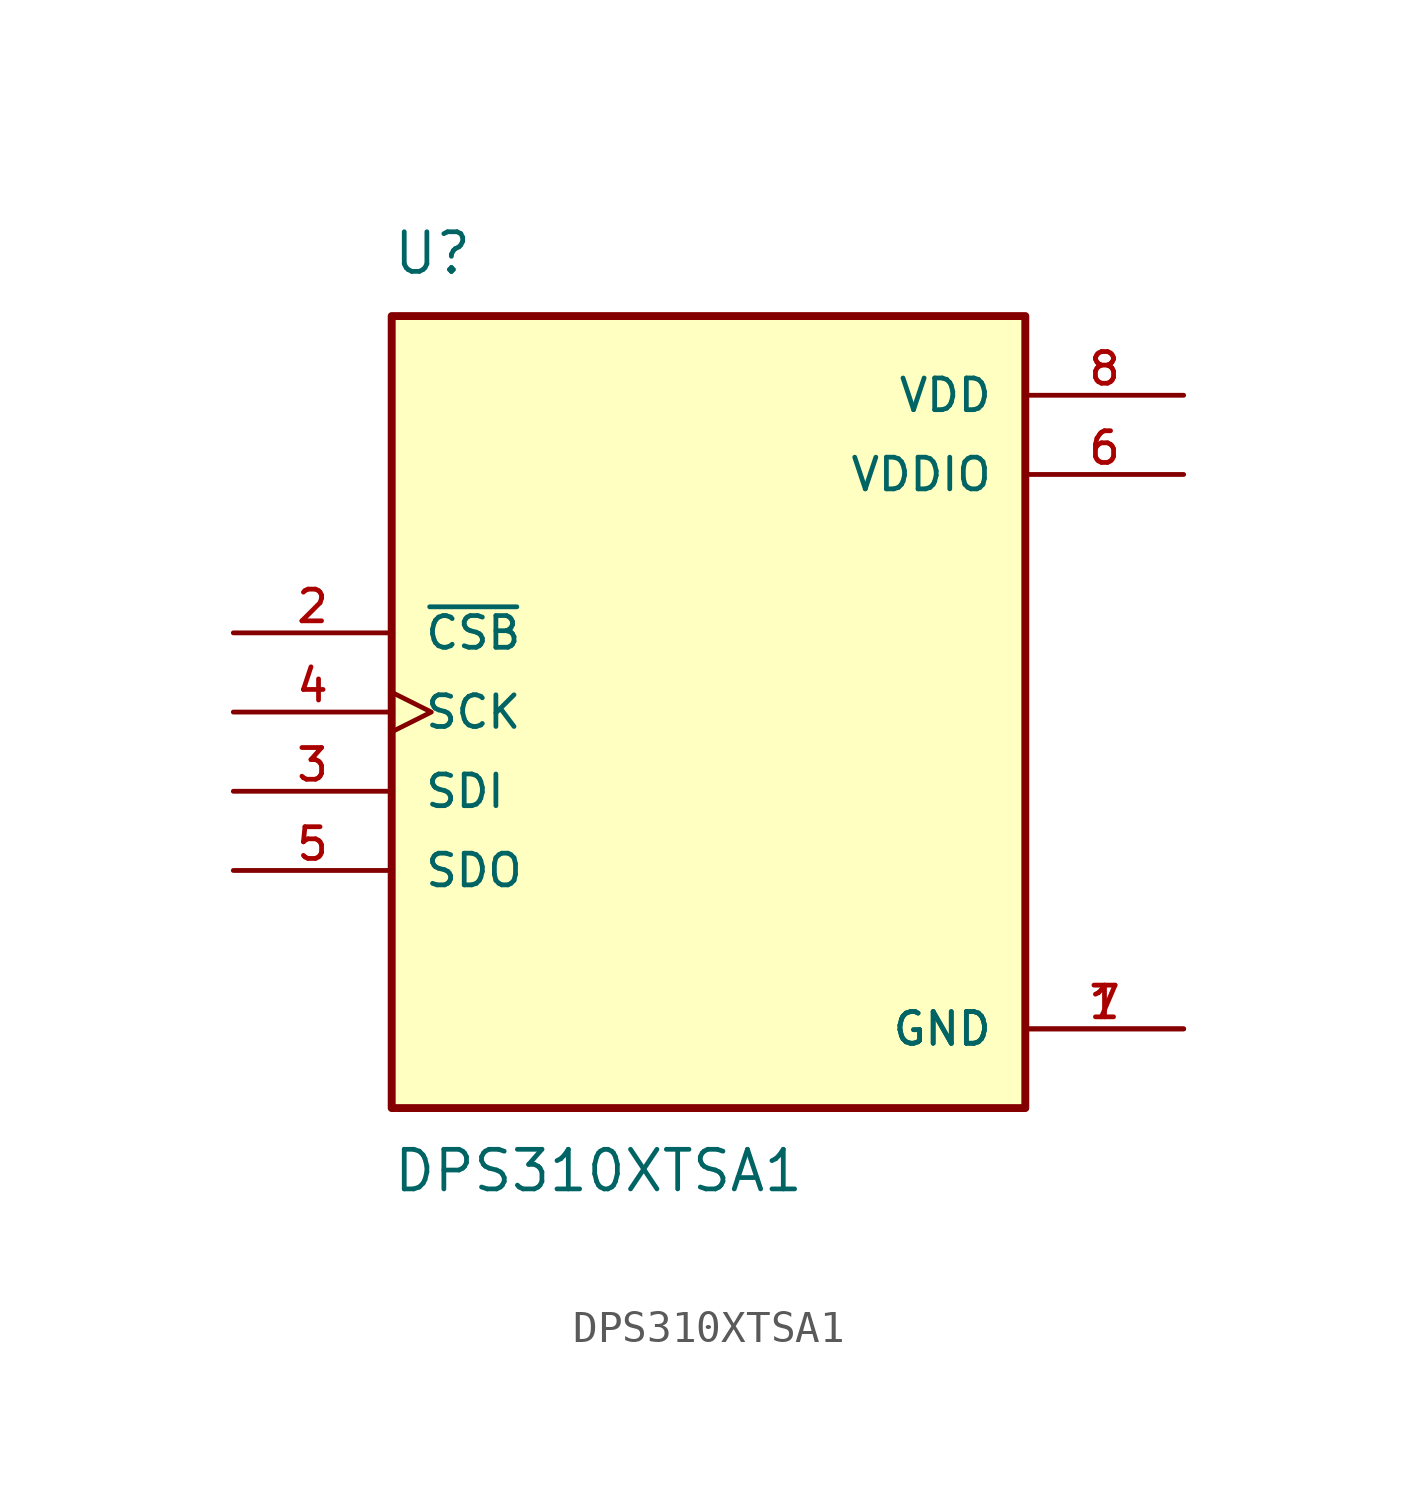
<source format=kicad_sym>
(kicad_symbol_lib
  (version 20220914)
  (generator kicad_symbol_editor)
  (symbol "DPS310XTSA1"
    (pin_names
      (offset 1.016))
    (property "Reference" "U"
      (at -10.16 13.97 0)
      (effects (font (size 1.27 1.27)) (justify left bottom)))
    (property "Value" "DPS310XTSA1"
      (at -10.16 -13.97 0)
      (effects (font (size 1.27 1.27)) (justify left top)))
    (symbol "DPS310XTSA1_0_0"
      (rectangle (start -10.16 12.7) (end 10.16 -12.7) (stroke (width 0.254) (type default)) (fill (type background)))
      (pin power_in line (at 15.24 -10.16 180) (length 5.08) (name "GND" (effects (font (size 1.016 1.016)))) (number "1" (effects (font (size 1.016 1.016)))))
      (pin input line (at -15.24 2.54 0) (length 5.08) (name "~{CSB}" (effects (font (size 1.016 1.016)))) (number "2" (effects (font (size 1.016 1.016)))))
      (pin bidirectional line (at -15.24 -2.54 0) (length 5.08) (name "SDI" (effects (font (size 1.016 1.016)))) (number "3" (effects (font (size 1.016 1.016)))))
      (pin input clock (at -15.24 0 0) (length 5.08) (name "SCK" (effects (font (size 1.016 1.016)))) (number "4" (effects (font (size 1.016 1.016)))))
      (pin output line (at -15.24 -5.08 0) (length 5.08) (name "SDO" (effects (font (size 1.016 1.016)))) (number "5" (effects (font (size 1.016 1.016)))))
      (pin power_in line (at 15.24 7.62 180) (length 5.08) (name "VDDIO" (effects (font (size 1.016 1.016)))) (number "6" (effects (font (size 1.016 1.016)))))
      (pin power_in line (at 15.24 -10.16 180) (length 5.08) (name "GND" (effects (font (size 1.016 1.016)))) (number "7" (effects (font (size 1.016 1.016)))))
      (pin power_in line (at 15.24 10.16 180) (length 5.08) (name "VDD" (effects (font (size 1.016 1.016)))) (number "8" (effects (font (size 1.016 1.016))))))))
</source>
